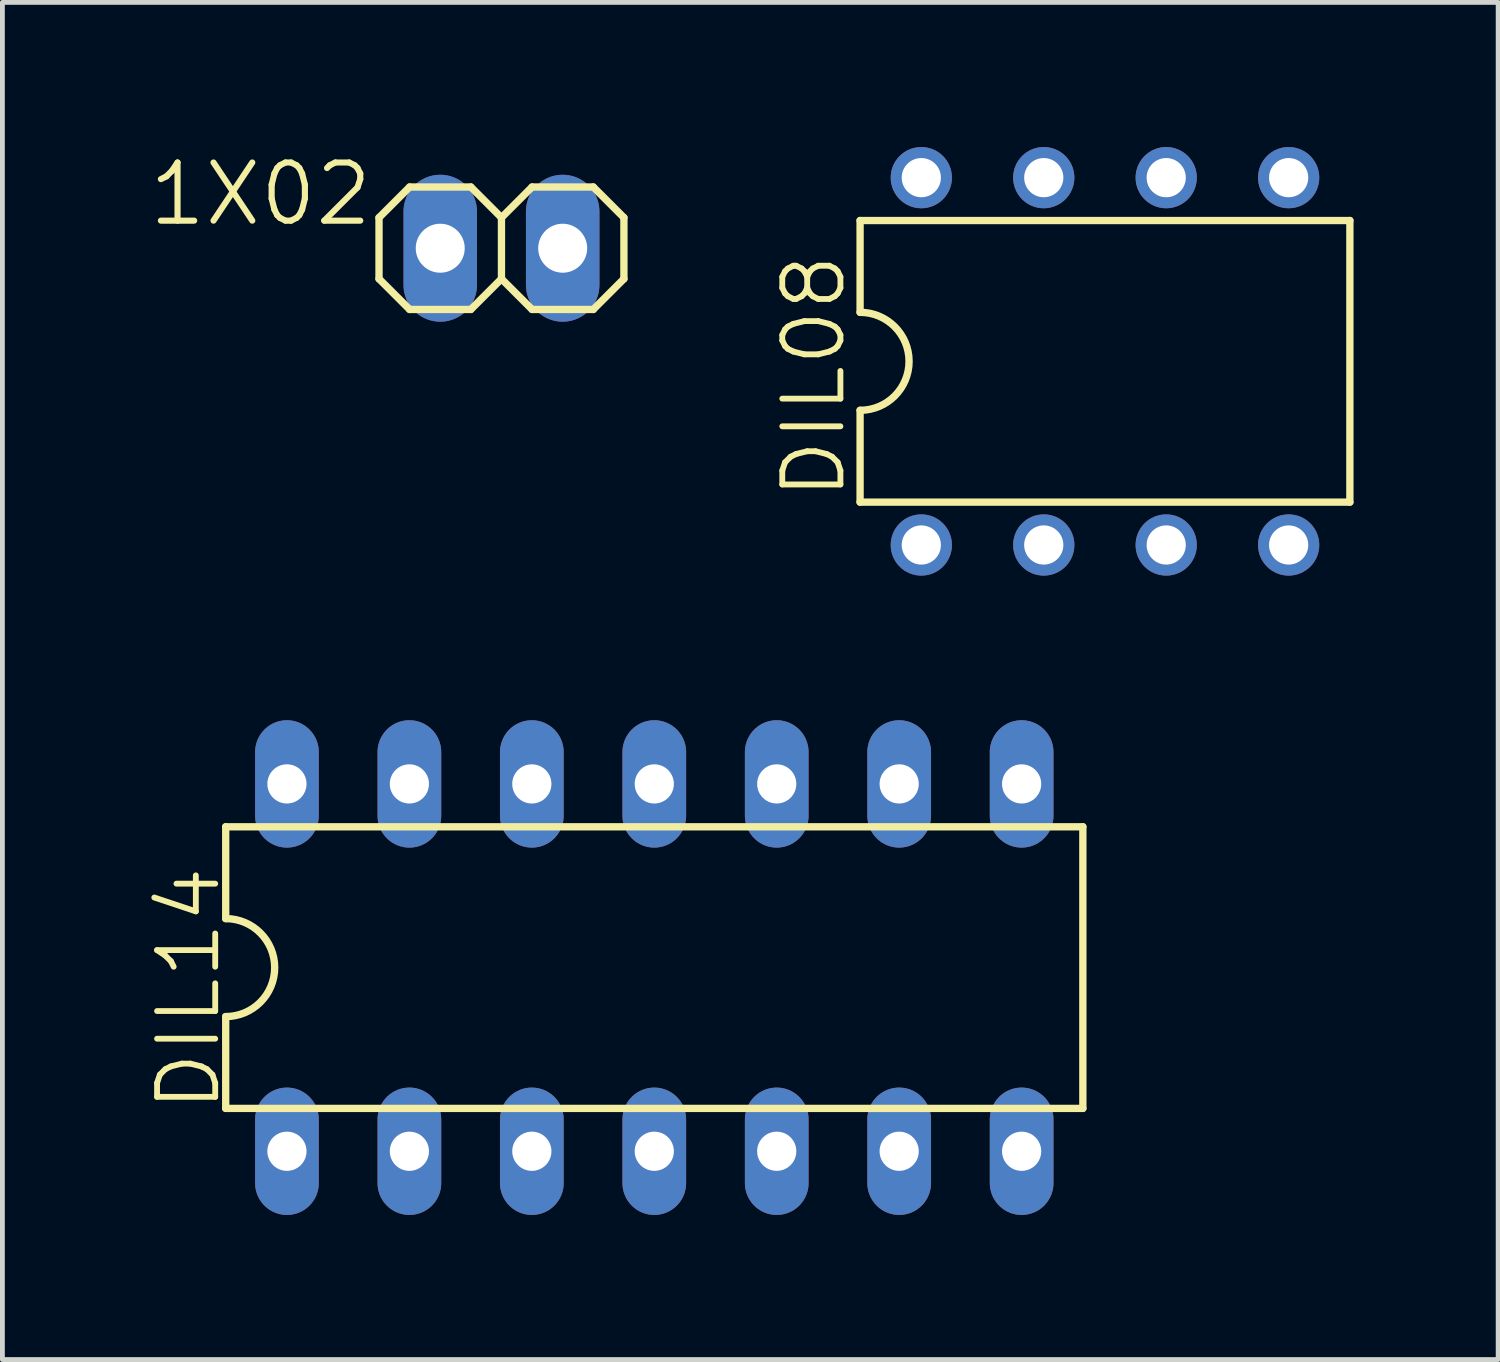
<source format=kicad_pcb>
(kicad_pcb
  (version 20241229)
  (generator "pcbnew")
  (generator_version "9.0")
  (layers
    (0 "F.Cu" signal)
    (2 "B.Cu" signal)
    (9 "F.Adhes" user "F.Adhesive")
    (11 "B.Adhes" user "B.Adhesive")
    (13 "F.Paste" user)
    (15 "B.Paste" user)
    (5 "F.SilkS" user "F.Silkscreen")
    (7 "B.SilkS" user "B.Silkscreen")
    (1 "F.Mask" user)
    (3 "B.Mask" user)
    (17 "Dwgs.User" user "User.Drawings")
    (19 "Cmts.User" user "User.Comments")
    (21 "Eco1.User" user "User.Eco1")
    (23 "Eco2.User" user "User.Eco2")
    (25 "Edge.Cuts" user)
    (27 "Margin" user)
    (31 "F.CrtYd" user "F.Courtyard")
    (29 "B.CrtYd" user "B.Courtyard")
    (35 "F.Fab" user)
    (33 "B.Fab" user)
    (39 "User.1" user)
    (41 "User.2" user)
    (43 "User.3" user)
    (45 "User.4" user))
  (footprint "DIL14"
    (layer "F.Cu")
    (at 10.522 17.021)
    (property "Reference" "DIL14" (at -8.954 3.048 90) (layer "F.SilkS") (effects (font (size 1.206 1.206) (thickness 0.121)) (justify left bottom)))
    (attr through_hole)
    (fp_line (start -8.89 -2.921) (end -8.89 -1.016) (stroke (width 0.152) (type solid)) (layer "F.SilkS"))
    (fp_line (start -8.89 2.921) (end -8.89 1.016) (stroke (width 0.152) (type solid)) (layer "F.SilkS"))
    (fp_line (start -8.89 2.921) (end 8.89 2.921) (stroke (width 0.152) (type solid)) (layer "F.SilkS"))
    (fp_line (start 8.89 -2.921) (end -8.89 -2.921) (stroke (width 0.152) (type solid)) (layer "F.SilkS"))
    (fp_line (start 8.89 -2.921) (end 8.89 2.921) (stroke (width 0.152) (type solid)) (layer "F.SilkS"))
    (fp_arc (start -8.89 -1.016) (mid -7.874 0) (end -8.89 1.016) (stroke (width 0.1524) (type solid)) (layer "F.SilkS"))
    (pad "1" thru_hole oval (at -7.62 3.81 90) (size 2.642 1.321) (drill 0.813) (layers "*.Cu" "*.Mask"))
    (pad "2" thru_hole oval (at -5.08 3.81 90) (size 2.642 1.321) (drill 0.813) (layers "*.Cu" "*.Mask"))
    (pad "3" thru_hole oval (at -2.54 3.81 90) (size 2.642 1.321) (drill 0.813) (layers "*.Cu" "*.Mask"))
    (pad "4" thru_hole oval (at 0 3.81 90) (size 2.642 1.321) (drill 0.813) (layers "*.Cu" "*.Mask"))
    (pad "5" thru_hole oval (at 2.54 3.81 90) (size 2.642 1.321) (drill 0.813) (layers "*.Cu" "*.Mask"))
    (pad "6" thru_hole oval (at 5.08 3.81 90) (size 2.642 1.321) (drill 0.813) (layers "*.Cu" "*.Mask"))
    (pad "7" thru_hole oval (at 7.62 3.81 90) (size 2.642 1.321) (drill 0.813) (layers "*.Cu" "*.Mask"))
    (pad "8" thru_hole oval (at 7.62 -3.81 90) (size 2.642 1.321) (drill 0.813) (layers "*.Cu" "*.Mask"))
    (pad "9" thru_hole oval (at 5.08 -3.81 90) (size 2.642 1.321) (drill 0.813) (layers "*.Cu" "*.Mask"))
    (pad "10" thru_hole oval (at 2.54 -3.81 90) (size 2.642 1.321) (drill 0.813) (layers "*.Cu" "*.Mask"))
    (pad "11" thru_hole oval (at 0 -3.81 90) (size 2.642 1.321) (drill 0.813) (layers "*.Cu" "*.Mask"))
    (pad "12" thru_hole oval (at -2.54 -3.81 90) (size 2.642 1.321) (drill 0.813) (layers "*.Cu" "*.Mask"))
    (pad "13" thru_hole oval (at -5.08 -3.81 90) (size 2.642 1.321) (drill 0.813) (layers "*.Cu" "*.Mask"))
    (pad "14" thru_hole oval (at -7.62 -3.81 90) (size 2.642 1.321) (drill 0.813) (layers "*.Cu" "*.Mask")))
  (footprint "DIL08"
    (layer "F.Cu")
    (at 19.871 4.445)
    (property "Reference" "DIL08" (at -5.334 2.921 90) (layer "F.SilkS") (effects (font (size 1.206 1.206) (thickness 0.121)) (justify left bottom)))
    (attr through_hole)
    (fp_line (start -5.08 -2.921) (end -5.08 -1.016) (stroke (width 0.152) (type solid)) (layer "F.SilkS"))
    (fp_line (start -5.08 2.921) (end -5.08 1.016) (stroke (width 0.152) (type solid)) (layer "F.SilkS"))
    (fp_line (start -5.08 2.921) (end 5.08 2.921) (stroke (width 0.152) (type solid)) (layer "F.SilkS"))
    (fp_line (start 5.08 -2.921) (end -5.08 -2.921) (stroke (width 0.152) (type solid)) (layer "F.SilkS"))
    (fp_line (start 5.08 -2.921) (end 5.08 2.921) (stroke (width 0.152) (type solid)) (layer "F.SilkS"))
    (fp_arc (start -5.08 -1.016) (mid -4.064 0) (end -5.08 1.016) (stroke (width 0.1524) (type solid)) (layer "F.SilkS"))
    (pad "1" thru_hole circle (at -3.81 3.81 90) (size 1.27 1.27) (drill 0.813) (layers "*.Cu" "*.Mask"))
    (pad "2" thru_hole circle (at -1.27 3.81 90) (size 1.27 1.27) (drill 0.813) (layers "*.Cu" "*.Mask"))
    (pad "3" thru_hole circle (at 1.27 3.81 90) (size 1.27 1.27) (drill 0.813) (layers "*.Cu" "*.Mask"))
    (pad "4" thru_hole circle (at 3.81 3.81 90) (size 1.27 1.27) (drill 0.813) (layers "*.Cu" "*.Mask"))
    (pad "5" thru_hole circle (at 3.81 -3.81 90) (size 1.27 1.27) (drill 0.813) (layers "*.Cu" "*.Mask"))
    (pad "6" thru_hole circle (at 1.27 -3.81 90) (size 1.27 1.27) (drill 0.813) (layers "*.Cu" "*.Mask"))
    (pad "7" thru_hole circle (at -1.27 -3.81 90) (size 1.27 1.27) (drill 0.813) (layers "*.Cu" "*.Mask"))
    (pad "8" thru_hole circle (at -3.81 -3.81 90) (size 1.27 1.27) (drill 0.813) (layers "*.Cu" "*.Mask")))
  (footprint "1X02"
    (layer "F.Cu")
    (at 7.352 2.099)
    (property "Reference" "1X02" (at -2.616 -1.829 0) (layer "F.SilkS") (effects (font (size 1.206 1.206) (thickness 0.127)) (justify right top)))
    (attr through_hole)
    (fp_line (start -2.54 -0.635) (end -2.54 0.635) (stroke (width 0.152) (type solid)) (layer "F.SilkS"))
    (fp_line (start -2.54 0.635) (end -1.905 1.27) (stroke (width 0.152) (type solid)) (layer "F.SilkS"))
    (fp_line (start -1.905 -1.27) (end -2.54 -0.635) (stroke (width 0.152) (type solid)) (layer "F.SilkS"))
    (fp_line (start -1.905 -1.27) (end -0.635 -1.27) (stroke (width 0.152) (type solid)) (layer "F.SilkS"))
    (fp_line (start -0.635 -1.27) (end 0 -0.635) (stroke (width 0.152) (type solid)) (layer "F.SilkS"))
    (fp_line (start -0.635 1.27) (end -1.905 1.27) (stroke (width 0.152) (type solid)) (layer "F.SilkS"))
    (fp_line (start 0 -0.635) (end 0 0.635) (stroke (width 0.152) (type solid)) (layer "F.SilkS"))
    (fp_line (start 0 -0.635) (end 0.635 -1.27) (stroke (width 0.152) (type solid)) (layer "F.SilkS"))
    (fp_line (start 0 0.635) (end -0.635 1.27) (stroke (width 0.152) (type solid)) (layer "F.SilkS"))
    (fp_line (start 0.635 -1.27) (end 1.905 -1.27) (stroke (width 0.152) (type solid)) (layer "F.SilkS"))
    (fp_line (start 0.635 1.27) (end 0 0.635) (stroke (width 0.152) (type solid)) (layer "F.SilkS"))
    (fp_line (start 1.905 -1.27) (end 2.54 -0.635) (stroke (width 0.152) (type solid)) (layer "F.SilkS"))
    (fp_line (start 1.905 1.27) (end 0.635 1.27) (stroke (width 0.152) (type solid)) (layer "F.SilkS"))
    (fp_line (start 2.54 -0.635) (end 2.54 0.635) (stroke (width 0.152) (type solid)) (layer "F.SilkS"))
    (fp_line (start 2.54 0.635) (end 1.905 1.27) (stroke (width 0.152) (type solid)) (layer "F.SilkS"))
    (fp_poly (pts (xy -1.524 0.254) (xy -1.016 0.254) (xy -1.016 -0.254) (xy -1.524 -0.254)) (stroke (width 0.1) (type solid)) (fill no) (layer "F.Fab"))
    (fp_poly (pts (xy 1.016 0.254) (xy 1.524 0.254) (xy 1.524 -0.254) (xy 1.016 -0.254)) (stroke (width 0.1) (type solid)) (fill no) (layer "F.Fab"))
    (pad "1" thru_hole oval (at -1.27 0 90) (size 3.048 1.524) (drill 1.016) (layers "*.Cu" "*.Mask"))
    (pad "2" thru_hole oval (at 1.27 0 90) (size 3.048 1.524) (drill 1.016) (layers "*.Cu" "*.Mask")))
  (gr_rect
    (start -3 -3)
    (end 28.027 25.152)
    (stroke (width 0.1) (type default))
    (fill no)
    (layer "Edge.Cuts")))
</source>
